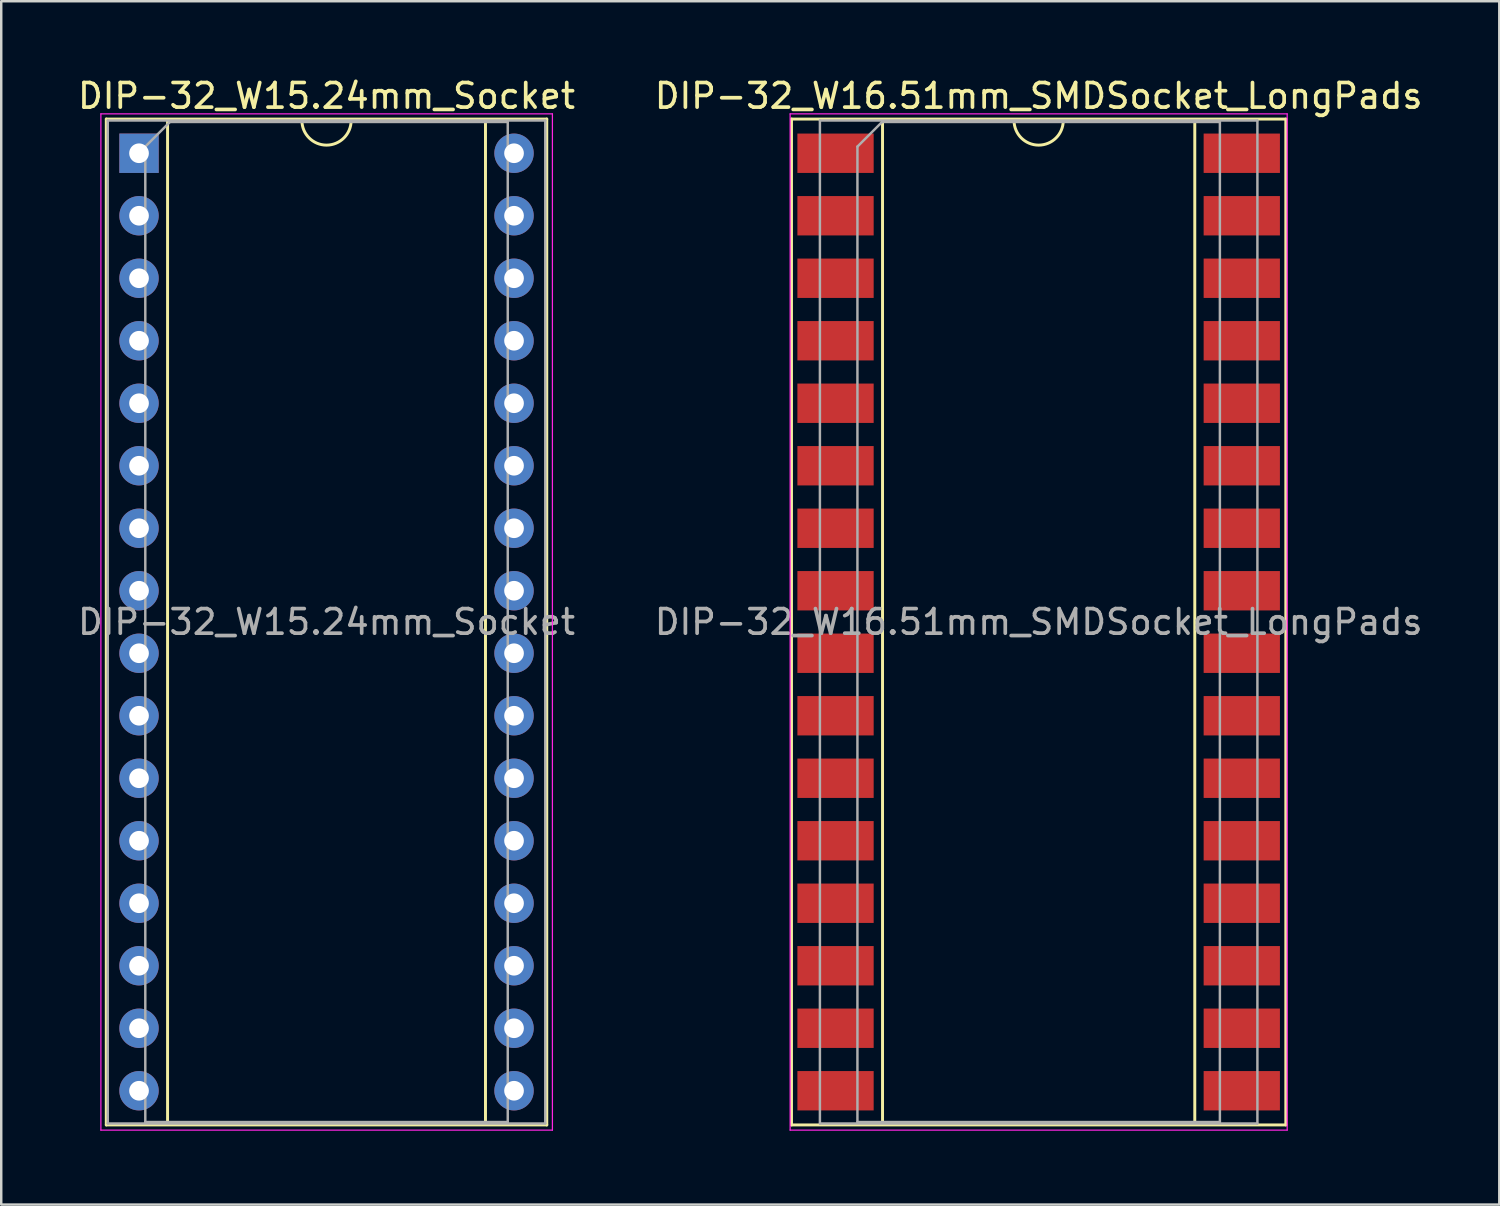
<source format=kicad_pcb>
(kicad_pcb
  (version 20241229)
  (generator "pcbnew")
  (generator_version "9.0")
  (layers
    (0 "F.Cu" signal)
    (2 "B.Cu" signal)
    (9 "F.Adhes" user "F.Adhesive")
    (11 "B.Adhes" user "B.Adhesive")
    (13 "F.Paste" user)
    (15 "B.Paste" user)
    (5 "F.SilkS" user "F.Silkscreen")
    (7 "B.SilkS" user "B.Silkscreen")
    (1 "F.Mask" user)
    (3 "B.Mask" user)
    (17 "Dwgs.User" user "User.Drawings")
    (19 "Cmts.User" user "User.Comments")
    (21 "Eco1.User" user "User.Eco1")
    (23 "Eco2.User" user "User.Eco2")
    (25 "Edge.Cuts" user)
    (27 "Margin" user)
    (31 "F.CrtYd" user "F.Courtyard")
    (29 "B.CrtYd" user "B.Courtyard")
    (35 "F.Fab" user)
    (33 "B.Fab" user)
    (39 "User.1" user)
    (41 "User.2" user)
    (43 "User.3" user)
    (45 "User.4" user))
  (footprint "DIP-32_W15.24mm_Socket"
    (layer "F.Cu")
    (at 2.6 3.178)
    (property "Reference" "DIP-32_W15.24mm_Socket" (at 7.62 -2.33 0) (layer "F.SilkS") (effects (font (size 1 1) (thickness 0.15))))
    (attr through_hole)
    (fp_line (start -1.33 -1.39) (end -1.33 39.49) (stroke (width 0.12) (type solid)) (layer "F.SilkS"))
    (fp_line (start -1.33 39.49) (end 16.57 39.49) (stroke (width 0.12) (type solid)) (layer "F.SilkS"))
    (fp_line (start 1.16 -1.33) (end 1.16 39.43) (stroke (width 0.12) (type solid)) (layer "F.SilkS"))
    (fp_line (start 1.16 39.43) (end 14.08 39.43) (stroke (width 0.12) (type solid)) (layer "F.SilkS"))
    (fp_line (start 6.62 -1.33) (end 1.16 -1.33) (stroke (width 0.12) (type solid)) (layer "F.SilkS"))
    (fp_line (start 14.08 -1.33) (end 8.62 -1.33) (stroke (width 0.12) (type solid)) (layer "F.SilkS"))
    (fp_line (start 14.08 39.43) (end 14.08 -1.33) (stroke (width 0.12) (type solid)) (layer "F.SilkS"))
    (fp_line (start 16.57 -1.39) (end -1.33 -1.39) (stroke (width 0.12) (type solid)) (layer "F.SilkS"))
    (fp_line (start 16.57 39.49) (end 16.57 -1.39) (stroke (width 0.12) (type solid)) (layer "F.SilkS"))
    (fp_arc (start 8.62 -1.33) (mid 7.62 -0.33) (end 6.62 -1.33) (stroke (width 0.12) (type solid)) (layer "F.SilkS"))
    (fp_line (start -1.55 -1.6) (end -1.55 39.7) (stroke (width 0.05) (type solid)) (layer "F.CrtYd"))
    (fp_line (start -1.55 39.7) (end 16.8 39.7) (stroke (width 0.05) (type solid)) (layer "F.CrtYd"))
    (fp_line (start 16.8 -1.6) (end -1.55 -1.6) (stroke (width 0.05) (type solid)) (layer "F.CrtYd"))
    (fp_line (start 16.8 39.7) (end 16.8 -1.6) (stroke (width 0.05) (type solid)) (layer "F.CrtYd"))
    (fp_line (start -1.27 -1.33) (end -1.27 39.43) (stroke (width 0.1) (type solid)) (layer "F.Fab"))
    (fp_line (start -1.27 39.43) (end 16.51 39.43) (stroke (width 0.1) (type solid)) (layer "F.Fab"))
    (fp_line (start 0.255 -0.27) (end 1.255 -1.27) (stroke (width 0.1) (type solid)) (layer "F.Fab"))
    (fp_line (start 0.255 39.37) (end 0.255 -0.27) (stroke (width 0.1) (type solid)) (layer "F.Fab"))
    (fp_line (start 1.255 -1.27) (end 14.985 -1.27) (stroke (width 0.1) (type solid)) (layer "F.Fab"))
    (fp_line (start 14.985 -1.27) (end 14.985 39.37) (stroke (width 0.1) (type solid)) (layer "F.Fab"))
    (fp_line (start 14.985 39.37) (end 0.255 39.37) (stroke (width 0.1) (type solid)) (layer "F.Fab"))
    (fp_line (start 16.51 -1.33) (end -1.27 -1.33) (stroke (width 0.1) (type solid)) (layer "F.Fab"))
    (fp_line (start 16.51 39.43) (end 16.51 -1.33) (stroke (width 0.1) (type solid)) (layer "F.Fab"))
    (fp_text user "${REFERENCE}" (at 7.62 19.05 0) (layer "F.Fab") (effects (font (size 1 1) (thickness 0.15))))
    (pad "1" thru_hole rect (at 0 0) (size 1.6 1.6) (drill 0.8) (layers "*.Cu" "*.Mask"))
    (pad "2" thru_hole oval (at 0 2.54) (size 1.6 1.6) (drill 0.8) (layers "*.Cu" "*.Mask"))
    (pad "3" thru_hole oval (at 0 5.08) (size 1.6 1.6) (drill 0.8) (layers "*.Cu" "*.Mask"))
    (pad "4" thru_hole oval (at 0 7.62) (size 1.6 1.6) (drill 0.8) (layers "*.Cu" "*.Mask"))
    (pad "5" thru_hole oval (at 0 10.16) (size 1.6 1.6) (drill 0.8) (layers "*.Cu" "*.Mask"))
    (pad "6" thru_hole oval (at 0 12.7) (size 1.6 1.6) (drill 0.8) (layers "*.Cu" "*.Mask"))
    (pad "7" thru_hole oval (at 0 15.24) (size 1.6 1.6) (drill 0.8) (layers "*.Cu" "*.Mask"))
    (pad "8" thru_hole oval (at 0 17.78) (size 1.6 1.6) (drill 0.8) (layers "*.Cu" "*.Mask"))
    (pad "9" thru_hole oval (at 0 20.32) (size 1.6 1.6) (drill 0.8) (layers "*.Cu" "*.Mask"))
    (pad "10" thru_hole oval (at 0 22.86) (size 1.6 1.6) (drill 0.8) (layers "*.Cu" "*.Mask"))
    (pad "11" thru_hole oval (at 0 25.4) (size 1.6 1.6) (drill 0.8) (layers "*.Cu" "*.Mask"))
    (pad "12" thru_hole oval (at 0 27.94) (size 1.6 1.6) (drill 0.8) (layers "*.Cu" "*.Mask"))
    (pad "13" thru_hole oval (at 0 30.48) (size 1.6 1.6) (drill 0.8) (layers "*.Cu" "*.Mask"))
    (pad "14" thru_hole oval (at 0 33.02) (size 1.6 1.6) (drill 0.8) (layers "*.Cu" "*.Mask"))
    (pad "15" thru_hole oval (at 0 35.56) (size 1.6 1.6) (drill 0.8) (layers "*.Cu" "*.Mask"))
    (pad "16" thru_hole oval (at 0 38.1) (size 1.6 1.6) (drill 0.8) (layers "*.Cu" "*.Mask"))
    (pad "17" thru_hole oval (at 15.24 38.1) (size 1.6 1.6) (drill 0.8) (layers "*.Cu" "*.Mask"))
    (pad "18" thru_hole oval (at 15.24 35.56) (size 1.6 1.6) (drill 0.8) (layers "*.Cu" "*.Mask"))
    (pad "19" thru_hole oval (at 15.24 33.02) (size 1.6 1.6) (drill 0.8) (layers "*.Cu" "*.Mask"))
    (pad "20" thru_hole oval (at 15.24 30.48) (size 1.6 1.6) (drill 0.8) (layers "*.Cu" "*.Mask"))
    (pad "21" thru_hole oval (at 15.24 27.94) (size 1.6 1.6) (drill 0.8) (layers "*.Cu" "*.Mask"))
    (pad "22" thru_hole oval (at 15.24 25.4) (size 1.6 1.6) (drill 0.8) (layers "*.Cu" "*.Mask"))
    (pad "23" thru_hole oval (at 15.24 22.86) (size 1.6 1.6) (drill 0.8) (layers "*.Cu" "*.Mask"))
    (pad "24" thru_hole oval (at 15.24 20.32) (size 1.6 1.6) (drill 0.8) (layers "*.Cu" "*.Mask"))
    (pad "25" thru_hole oval (at 15.24 17.78) (size 1.6 1.6) (drill 0.8) (layers "*.Cu" "*.Mask"))
    (pad "26" thru_hole oval (at 15.24 15.24) (size 1.6 1.6) (drill 0.8) (layers "*.Cu" "*.Mask"))
    (pad "27" thru_hole oval (at 15.24 12.7) (size 1.6 1.6) (drill 0.8) (layers "*.Cu" "*.Mask"))
    (pad "28" thru_hole oval (at 15.24 10.16) (size 1.6 1.6) (drill 0.8) (layers "*.Cu" "*.Mask"))
    (pad "29" thru_hole oval (at 15.24 7.62) (size 1.6 1.6) (drill 0.8) (layers "*.Cu" "*.Mask"))
    (pad "30" thru_hole oval (at 15.24 5.08) (size 1.6 1.6) (drill 0.8) (layers "*.Cu" "*.Mask"))
    (pad "31" thru_hole oval (at 15.24 2.54) (size 1.6 1.6) (drill 0.8) (layers "*.Cu" "*.Mask"))
    (pad "32" thru_hole oval (at 15.24 0) (size 1.6 1.6) (drill 0.8) (layers "*.Cu" "*.Mask")))
  (footprint "DIP-32_W16.51mm_SMDSocket_LongPads"
    (layer "F.Cu")
    (at 39.161 22.228)
    (property "Reference" "DIP-32_W16.51mm_SMDSocket_LongPads" (at 0 -21.38 0) (layer "F.SilkS") (effects (font (size 1 1) (thickness 0.15))))
    (attr smd)
    (fp_line (start -10.045 -20.44) (end -10.045 20.44) (stroke (width 0.12) (type solid)) (layer "F.SilkS"))
    (fp_line (start -10.045 20.44) (end 10.045 20.44) (stroke (width 0.12) (type solid)) (layer "F.SilkS"))
    (fp_line (start -6.345 -20.38) (end -6.345 20.38) (stroke (width 0.12) (type solid)) (layer "F.SilkS"))
    (fp_line (start -6.345 20.38) (end 6.345 20.38) (stroke (width 0.12) (type solid)) (layer "F.SilkS"))
    (fp_line (start -1 -20.38) (end -6.345 -20.38) (stroke (width 0.12) (type solid)) (layer "F.SilkS"))
    (fp_line (start 6.345 -20.38) (end 1 -20.38) (stroke (width 0.12) (type solid)) (layer "F.SilkS"))
    (fp_line (start 6.345 20.38) (end 6.345 -20.38) (stroke (width 0.12) (type solid)) (layer "F.SilkS"))
    (fp_line (start 10.045 -20.44) (end -10.045 -20.44) (stroke (width 0.12) (type solid)) (layer "F.SilkS"))
    (fp_line (start 10.045 20.44) (end 10.045 -20.44) (stroke (width 0.12) (type solid)) (layer "F.SilkS"))
    (fp_arc (start 1 -20.38) (mid 0 -19.38) (end -1 -20.38) (stroke (width 0.12) (type solid)) (layer "F.SilkS"))
    (fp_line (start -10.1 -20.65) (end -10.1 20.65) (stroke (width 0.05) (type solid)) (layer "F.CrtYd"))
    (fp_line (start -10.1 20.65) (end 10.1 20.65) (stroke (width 0.05) (type solid)) (layer "F.CrtYd"))
    (fp_line (start 10.1 -20.65) (end -10.1 -20.65) (stroke (width 0.05) (type solid)) (layer "F.CrtYd"))
    (fp_line (start 10.1 20.65) (end 10.1 -20.65) (stroke (width 0.05) (type solid)) (layer "F.CrtYd"))
    (fp_line (start -8.89 -20.38) (end -8.89 20.38) (stroke (width 0.1) (type solid)) (layer "F.Fab"))
    (fp_line (start -8.89 20.38) (end 8.89 20.38) (stroke (width 0.1) (type solid)) (layer "F.Fab"))
    (fp_line (start -7.365 -19.32) (end -6.365 -20.32) (stroke (width 0.1) (type solid)) (layer "F.Fab"))
    (fp_line (start -7.365 20.32) (end -7.365 -19.32) (stroke (width 0.1) (type solid)) (layer "F.Fab"))
    (fp_line (start -6.365 -20.32) (end 7.365 -20.32) (stroke (width 0.1) (type solid)) (layer "F.Fab"))
    (fp_line (start 7.365 -20.32) (end 7.365 20.32) (stroke (width 0.1) (type solid)) (layer "F.Fab"))
    (fp_line (start 7.365 20.32) (end -7.365 20.32) (stroke (width 0.1) (type solid)) (layer "F.Fab"))
    (fp_line (start 8.89 -20.38) (end -8.89 -20.38) (stroke (width 0.1) (type solid)) (layer "F.Fab"))
    (fp_line (start 8.89 20.38) (end 8.89 -20.38) (stroke (width 0.1) (type solid)) (layer "F.Fab"))
    (fp_text user "${REFERENCE}" (at 0 0 0) (layer "F.Fab") (effects (font (size 1 1) (thickness 0.15))))
    (pad "1" smd rect (at -8.255 -19.05) (size 3.1 1.6) (layers "F.Cu" "F.Mask" "F.Paste"))
    (pad "2" smd rect (at -8.255 -16.51) (size 3.1 1.6) (layers "F.Cu" "F.Mask" "F.Paste"))
    (pad "3" smd rect (at -8.255 -13.97) (size 3.1 1.6) (layers "F.Cu" "F.Mask" "F.Paste"))
    (pad "4" smd rect (at -8.255 -11.43) (size 3.1 1.6) (layers "F.Cu" "F.Mask" "F.Paste"))
    (pad "5" smd rect (at -8.255 -8.89) (size 3.1 1.6) (layers "F.Cu" "F.Mask" "F.Paste"))
    (pad "6" smd rect (at -8.255 -6.35) (size 3.1 1.6) (layers "F.Cu" "F.Mask" "F.Paste"))
    (pad "7" smd rect (at -8.255 -3.81) (size 3.1 1.6) (layers "F.Cu" "F.Mask" "F.Paste"))
    (pad "8" smd rect (at -8.255 -1.27) (size 3.1 1.6) (layers "F.Cu" "F.Mask" "F.Paste"))
    (pad "9" smd rect (at -8.255 1.27) (size 3.1 1.6) (layers "F.Cu" "F.Mask" "F.Paste"))
    (pad "10" smd rect (at -8.255 3.81) (size 3.1 1.6) (layers "F.Cu" "F.Mask" "F.Paste"))
    (pad "11" smd rect (at -8.255 6.35) (size 3.1 1.6) (layers "F.Cu" "F.Mask" "F.Paste"))
    (pad "12" smd rect (at -8.255 8.89) (size 3.1 1.6) (layers "F.Cu" "F.Mask" "F.Paste"))
    (pad "13" smd rect (at -8.255 11.43) (size 3.1 1.6) (layers "F.Cu" "F.Mask" "F.Paste"))
    (pad "14" smd rect (at -8.255 13.97) (size 3.1 1.6) (layers "F.Cu" "F.Mask" "F.Paste"))
    (pad "15" smd rect (at -8.255 16.51) (size 3.1 1.6) (layers "F.Cu" "F.Mask" "F.Paste"))
    (pad "16" smd rect (at -8.255 19.05) (size 3.1 1.6) (layers "F.Cu" "F.Mask" "F.Paste"))
    (pad "17" smd rect (at 8.255 19.05) (size 3.1 1.6) (layers "F.Cu" "F.Mask" "F.Paste"))
    (pad "18" smd rect (at 8.255 16.51) (size 3.1 1.6) (layers "F.Cu" "F.Mask" "F.Paste"))
    (pad "19" smd rect (at 8.255 13.97) (size 3.1 1.6) (layers "F.Cu" "F.Mask" "F.Paste"))
    (pad "20" smd rect (at 8.255 11.43) (size 3.1 1.6) (layers "F.Cu" "F.Mask" "F.Paste"))
    (pad "21" smd rect (at 8.255 8.89) (size 3.1 1.6) (layers "F.Cu" "F.Mask" "F.Paste"))
    (pad "22" smd rect (at 8.255 6.35) (size 3.1 1.6) (layers "F.Cu" "F.Mask" "F.Paste"))
    (pad "23" smd rect (at 8.255 3.81) (size 3.1 1.6) (layers "F.Cu" "F.Mask" "F.Paste"))
    (pad "24" smd rect (at 8.255 1.27) (size 3.1 1.6) (layers "F.Cu" "F.Mask" "F.Paste"))
    (pad "25" smd rect (at 8.255 -1.27) (size 3.1 1.6) (layers "F.Cu" "F.Mask" "F.Paste"))
    (pad "26" smd rect (at 8.255 -3.81) (size 3.1 1.6) (layers "F.Cu" "F.Mask" "F.Paste"))
    (pad "27" smd rect (at 8.255 -6.35) (size 3.1 1.6) (layers "F.Cu" "F.Mask" "F.Paste"))
    (pad "28" smd rect (at 8.255 -8.89) (size 3.1 1.6) (layers "F.Cu" "F.Mask" "F.Paste"))
    (pad "29" smd rect (at 8.255 -11.43) (size 3.1 1.6) (layers "F.Cu" "F.Mask" "F.Paste"))
    (pad "30" smd rect (at 8.255 -13.97) (size 3.1 1.6) (layers "F.Cu" "F.Mask" "F.Paste"))
    (pad "31" smd rect (at 8.255 -16.51) (size 3.1 1.6) (layers "F.Cu" "F.Mask" "F.Paste"))
    (pad "32" smd rect (at 8.255 -19.05) (size 3.1 1.6) (layers "F.Cu" "F.Mask" "F.Paste")))
  (gr_rect
    (start -3 -3)
    (end 57.881 45.903)
    (stroke (width 0.1) (type default))
    (fill no)
    (layer "Edge.Cuts")))
</source>
